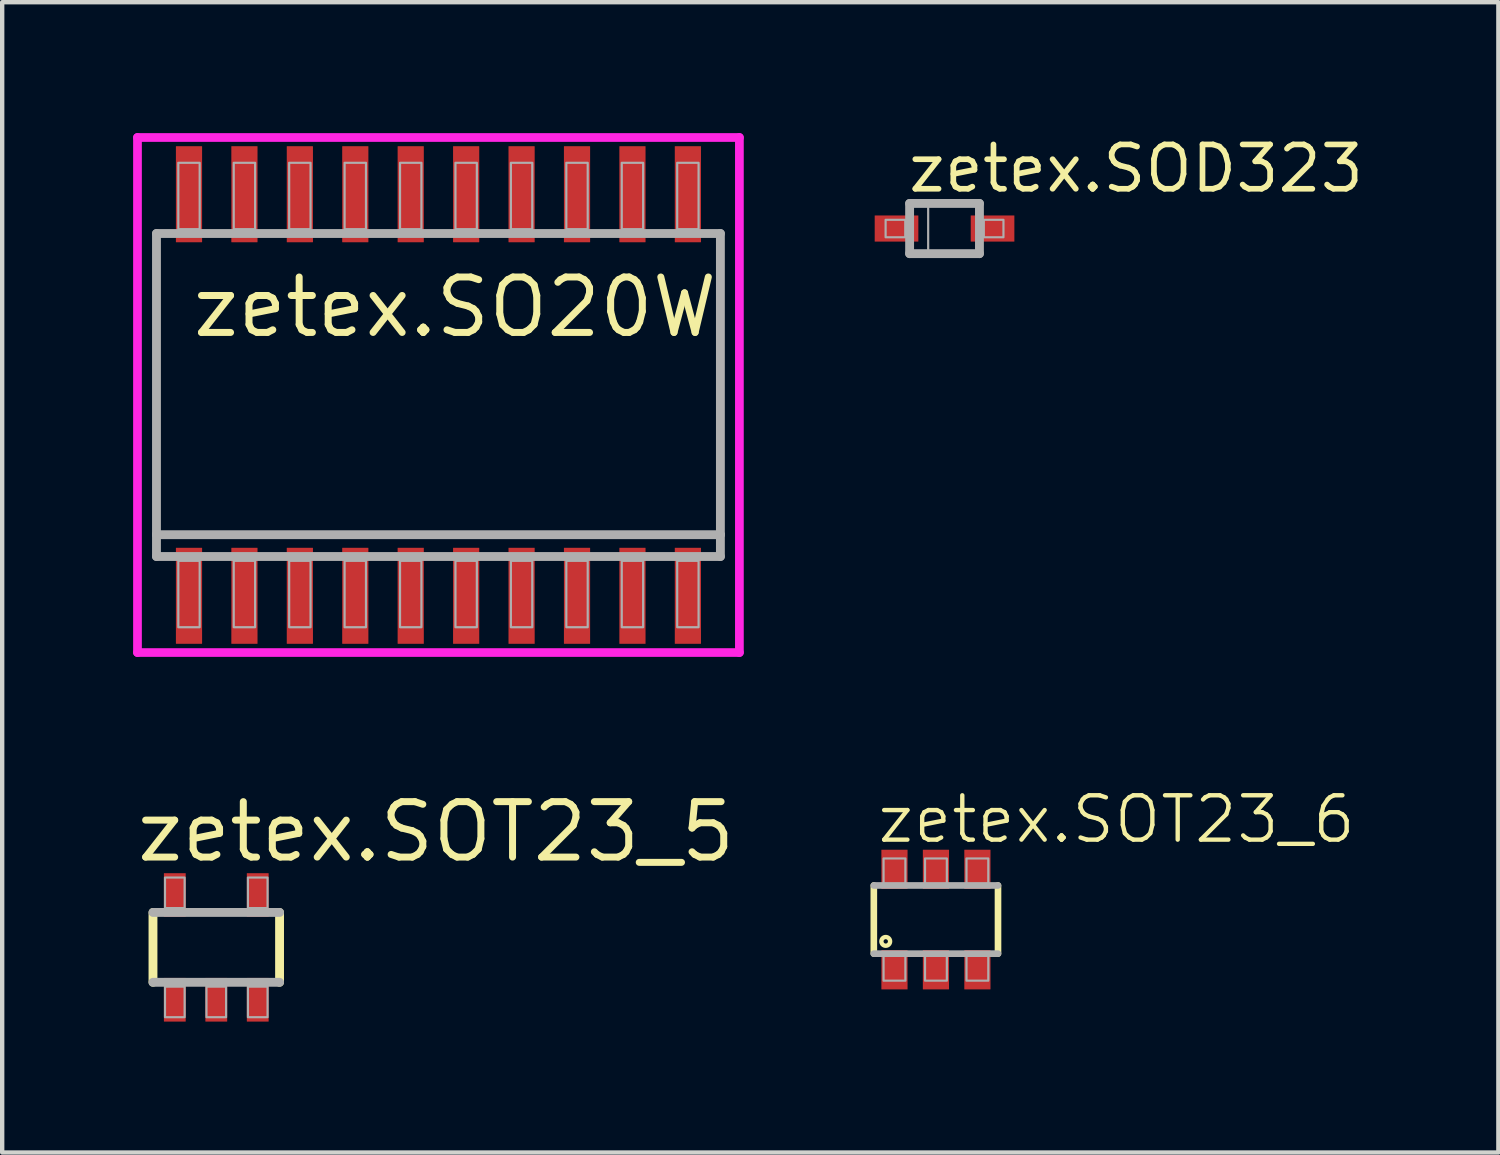
<source format=kicad_pcb>
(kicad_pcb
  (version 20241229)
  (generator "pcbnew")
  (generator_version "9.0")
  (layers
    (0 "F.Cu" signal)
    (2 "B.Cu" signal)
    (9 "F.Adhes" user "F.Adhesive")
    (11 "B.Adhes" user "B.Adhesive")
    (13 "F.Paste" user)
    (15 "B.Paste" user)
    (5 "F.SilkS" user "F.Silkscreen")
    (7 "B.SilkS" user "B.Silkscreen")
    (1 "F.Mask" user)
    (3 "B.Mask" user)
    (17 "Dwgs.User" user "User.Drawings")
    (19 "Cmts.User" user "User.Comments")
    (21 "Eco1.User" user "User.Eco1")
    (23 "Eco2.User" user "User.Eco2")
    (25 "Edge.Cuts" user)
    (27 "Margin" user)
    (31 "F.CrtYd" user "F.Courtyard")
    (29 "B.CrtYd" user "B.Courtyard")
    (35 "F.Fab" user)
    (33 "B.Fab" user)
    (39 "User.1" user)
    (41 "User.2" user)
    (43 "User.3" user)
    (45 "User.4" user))
  (footprint "zetex.SOD323"
    (layer "F.Cu")
    (at 18.59 2.186)
    (property "Reference" "zetex.SOD323" (at -0.9 -0.78 0) (layer "F.SilkS") (effects (font (size 1.016 1.016) (thickness 0.13)) (justify left bottom)))
    (attr smd)
    (fp_line (start -0.8 -0.575) (end 0.8 -0.575) (stroke (width 0.203) (type default)) (layer "F.Fab"))
    (fp_line (start -0.8 0.575) (end -0.8 -0.575) (stroke (width 0.203) (type default)) (layer "F.Fab"))
    (fp_line (start 0.8 -0.575) (end 0.8 0.575) (stroke (width 0.203) (type default)) (layer "F.Fab"))
    (fp_line (start 0.8 0.575) (end -0.8 0.575) (stroke (width 0.203) (type default)) (layer "F.Fab"))
    (fp_rect (start -1.35 0.2) (end -0.9 -0.2) (stroke (width 0.05) (type default)) (fill no) (layer "F.Fab"))
    (fp_rect (start -0.75 0.575) (end -0.375 -0.575) (stroke (width 0.05) (type default)) (fill no) (layer "F.Fab"))
    (fp_rect (start 0.9 0.2) (end 1.35 -0.2) (stroke (width 0.05) (type default)) (fill no) (layer "F.Fab"))
    (pad "1" smd roundrect (at -1.1 0) (size 1 0.6) (layers "F.Cu" "F.Mask" "F.Paste") (roundrect_rratio 0.01))
    (pad "2" smd roundrect (at 1.1 0) (size 1 0.6) (layers "F.Cu" "F.Mask" "F.Paste") (roundrect_rratio 0.01)))
  (footprint "zetex.SO20W"
    (layer "F.Cu")
    (at 6.995 6)
    (property "Reference" "zetex.SO20W" (at -5.715 -1.27 0) (layer "F.SilkS") (effects (font (size 1.27 1.27) (thickness 0.16)) (justify left bottom)))
    (attr smd)
    (fp_line (start -6.895 -5.9) (end 6.895 -5.9) (stroke (width 0.2) (type default)) (layer "F.CrtYd"))
    (fp_line (start -6.895 5.9) (end -6.895 -5.9) (stroke (width 0.2) (type default)) (layer "F.CrtYd"))
    (fp_line (start 6.895 -5.9) (end 6.895 5.9) (stroke (width 0.2) (type default)) (layer "F.CrtYd"))
    (fp_line (start 6.895 5.9) (end -6.895 5.9) (stroke (width 0.2) (type default)) (layer "F.CrtYd"))
    (fp_line (start -6.46 -3.7) (end 6.46 -3.7) (stroke (width 0.203) (type default)) (layer "F.Fab"))
    (fp_line (start -6.46 3.2) (end -6.46 -3.7) (stroke (width 0.203) (type default)) (layer "F.Fab"))
    (fp_line (start -6.46 3.7) (end -6.46 3.2) (stroke (width 0.203) (type default)) (layer "F.Fab"))
    (fp_line (start 6.46 -3.7) (end 6.46 3.2) (stroke (width 0.203) (type default)) (layer "F.Fab"))
    (fp_line (start 6.46 3.2) (end -6.46 3.2) (stroke (width 0.203) (type default)) (layer "F.Fab"))
    (fp_line (start 6.46 3.2) (end 6.46 3.7) (stroke (width 0.203) (type default)) (layer "F.Fab"))
    (fp_line (start 6.46 3.7) (end -6.46 3.7) (stroke (width 0.203) (type default)) (layer "F.Fab"))
    (fp_rect (start -5.96 -3.8) (end -5.47 -5.32) (stroke (width 0.05) (type default)) (fill no) (layer "F.Fab"))
    (fp_rect (start -5.96 5.32) (end -5.47 3.8) (stroke (width 0.05) (type default)) (fill no) (layer "F.Fab"))
    (fp_rect (start -4.69 -3.8) (end -4.2 -5.32) (stroke (width 0.05) (type default)) (fill no) (layer "F.Fab"))
    (fp_rect (start -4.69 5.32) (end -4.2 3.8) (stroke (width 0.05) (type default)) (fill no) (layer "F.Fab"))
    (fp_rect (start -3.42 -3.8) (end -2.93 -5.32) (stroke (width 0.05) (type default)) (fill no) (layer "F.Fab"))
    (fp_rect (start -3.42 5.32) (end -2.93 3.8) (stroke (width 0.05) (type default)) (fill no) (layer "F.Fab"))
    (fp_rect (start -2.15 -3.8) (end -1.66 -5.32) (stroke (width 0.05) (type default)) (fill no) (layer "F.Fab"))
    (fp_rect (start -2.15 5.32) (end -1.66 3.8) (stroke (width 0.05) (type default)) (fill no) (layer "F.Fab"))
    (fp_rect (start -0.88 -3.8) (end -0.39 -5.32) (stroke (width 0.05) (type default)) (fill no) (layer "F.Fab"))
    (fp_rect (start -0.88 5.32) (end -0.39 3.8) (stroke (width 0.05) (type default)) (fill no) (layer "F.Fab"))
    (fp_rect (start 0.39 -3.8) (end 0.88 -5.32) (stroke (width 0.05) (type default)) (fill no) (layer "F.Fab"))
    (fp_rect (start 0.39 5.32) (end 0.88 3.8) (stroke (width 0.05) (type default)) (fill no) (layer "F.Fab"))
    (fp_rect (start 1.66 -3.8) (end 2.15 -5.32) (stroke (width 0.05) (type default)) (fill no) (layer "F.Fab"))
    (fp_rect (start 1.66 5.32) (end 2.15 3.8) (stroke (width 0.05) (type default)) (fill no) (layer "F.Fab"))
    (fp_rect (start 2.93 -3.8) (end 3.42 -5.32) (stroke (width 0.05) (type default)) (fill no) (layer "F.Fab"))
    (fp_rect (start 2.93 5.32) (end 3.42 3.8) (stroke (width 0.05) (type default)) (fill no) (layer "F.Fab"))
    (fp_rect (start 4.2 -3.8) (end 4.69 -5.32) (stroke (width 0.05) (type default)) (fill no) (layer "F.Fab"))
    (fp_rect (start 4.2 5.32) (end 4.69 3.8) (stroke (width 0.05) (type default)) (fill no) (layer "F.Fab"))
    (fp_rect (start 5.47 -3.8) (end 5.96 -5.32) (stroke (width 0.05) (type default)) (fill no) (layer "F.Fab"))
    (fp_rect (start 5.47 5.32) (end 5.96 3.8) (stroke (width 0.05) (type default)) (fill no) (layer "F.Fab"))
    (pad "1" smd roundrect (at -5.715 4.6) (size 0.6 2.2) (layers "F.Cu" "F.Mask" "F.Paste") (roundrect_rratio 0.01))
    (pad "2" smd roundrect (at -4.445 4.6) (size 0.6 2.2) (layers "F.Cu" "F.Mask" "F.Paste") (roundrect_rratio 0.01))
    (pad "3" smd roundrect (at -3.175 4.6) (size 0.6 2.2) (layers "F.Cu" "F.Mask" "F.Paste") (roundrect_rratio 0.01))
    (pad "4" smd roundrect (at -1.905 4.6) (size 0.6 2.2) (layers "F.Cu" "F.Mask" "F.Paste") (roundrect_rratio 0.01))
    (pad "5" smd roundrect (at -0.635 4.6) (size 0.6 2.2) (layers "F.Cu" "F.Mask" "F.Paste") (roundrect_rratio 0.01))
    (pad "6" smd roundrect (at 0.635 4.6) (size 0.6 2.2) (layers "F.Cu" "F.Mask" "F.Paste") (roundrect_rratio 0.01))
    (pad "7" smd roundrect (at 1.905 4.6) (size 0.6 2.2) (layers "F.Cu" "F.Mask" "F.Paste") (roundrect_rratio 0.01))
    (pad "8" smd roundrect (at 3.175 4.6) (size 0.6 2.2) (layers "F.Cu" "F.Mask" "F.Paste") (roundrect_rratio 0.01))
    (pad "9" smd roundrect (at 4.445 4.6) (size 0.6 2.2) (layers "F.Cu" "F.Mask" "F.Paste") (roundrect_rratio 0.01))
    (pad "10" smd roundrect (at 5.715 4.6) (size 0.6 2.2) (layers "F.Cu" "F.Mask" "F.Paste") (roundrect_rratio 0.01))
    (pad "11" smd roundrect (at 5.715 -4.6) (size 0.6 2.2) (layers "F.Cu" "F.Mask" "F.Paste") (roundrect_rratio 0.01))
    (pad "12" smd roundrect (at 4.445 -4.6) (size 0.6 2.2) (layers "F.Cu" "F.Mask" "F.Paste") (roundrect_rratio 0.01))
    (pad "13" smd roundrect (at 3.175 -4.6) (size 0.6 2.2) (layers "F.Cu" "F.Mask" "F.Paste") (roundrect_rratio 0.01))
    (pad "14" smd roundrect (at 1.905 -4.6) (size 0.6 2.2) (layers "F.Cu" "F.Mask" "F.Paste") (roundrect_rratio 0.01))
    (pad "15" smd roundrect (at 0.635 -4.6) (size 0.6 2.2) (layers "F.Cu" "F.Mask" "F.Paste") (roundrect_rratio 0.01))
    (pad "16" smd roundrect (at -0.635 -4.6) (size 0.6 2.2) (layers "F.Cu" "F.Mask" "F.Paste") (roundrect_rratio 0.01))
    (pad "17" smd roundrect (at -1.905 -4.6) (size 0.6 2.2) (layers "F.Cu" "F.Mask" "F.Paste") (roundrect_rratio 0.01))
    (pad "18" smd roundrect (at -3.175 -4.6) (size 0.6 2.2) (layers "F.Cu" "F.Mask" "F.Paste") (roundrect_rratio 0.01))
    (pad "19" smd roundrect (at -4.445 -4.6) (size 0.6 2.2) (layers "F.Cu" "F.Mask" "F.Paste") (roundrect_rratio 0.01))
    (pad "20" smd roundrect (at -5.715 -4.6) (size 0.6 2.2) (layers "F.Cu" "F.Mask" "F.Paste") (roundrect_rratio 0.01)))
  (footprint "zetex.SOT23_5"
    (layer "F.Cu")
    (at 1.905 18.655)
    (property "Reference" "zetex.SOT23_5" (at -1.905 -1.905 0) (layer "F.SilkS") (effects (font (size 1.27 1.27) (thickness 0.16)) (justify left bottom)))
    (attr smd)
    (fp_line (start -1.45 -0.8) (end -1.45 0.8) (stroke (width 0.203) (type default)) (layer "F.SilkS"))
    (fp_line (start 1.45 0.8) (end 1.45 -0.8) (stroke (width 0.203) (type default)) (layer "F.SilkS"))
    (fp_line (start -1.45 0.8) (end 1.45 0.8) (stroke (width 0.203) (type default)) (layer "F.Fab"))
    (fp_line (start 1.45 -0.8) (end -1.45 -0.8) (stroke (width 0.203) (type default)) (layer "F.Fab"))
    (fp_rect (start -1.175 -0.9) (end -0.725 -1.6) (stroke (width 0.05) (type default)) (fill no) (layer "F.Fab"))
    (fp_rect (start -1.175 1.6) (end -0.725 0.9) (stroke (width 0.05) (type default)) (fill no) (layer "F.Fab"))
    (fp_rect (start -0.225 1.6) (end 0.225 0.9) (stroke (width 0.05) (type default)) (fill no) (layer "F.Fab"))
    (fp_rect (start 0.725 -0.9) (end 1.175 -1.6) (stroke (width 0.05) (type default)) (fill no) (layer "F.Fab"))
    (fp_rect (start 0.725 1.6) (end 1.175 0.9) (stroke (width 0.05) (type default)) (fill no) (layer "F.Fab"))
    (pad "1" smd roundrect (at -0.95 1.2) (size 0.5 1) (layers "F.Cu" "F.Mask" "F.Paste") (roundrect_rratio 0.01))
    (pad "2" smd roundrect (at 0 1.2) (size 0.5 1) (layers "F.Cu" "F.Mask" "F.Paste") (roundrect_rratio 0.01))
    (pad "3" smd roundrect (at 0.95 1.2) (size 0.5 1) (layers "F.Cu" "F.Mask" "F.Paste") (roundrect_rratio 0.01))
    (pad "4" smd roundrect (at 0.95 -1.2) (size 0.5 1) (layers "F.Cu" "F.Mask" "F.Paste") (roundrect_rratio 0.01))
    (pad "5" smd roundrect (at -0.95 -1.2) (size 0.5 1) (layers "F.Cu" "F.Mask" "F.Paste") (roundrect_rratio 0.01)))
  (footprint "zetex.SOT23_6"
    (layer "F.Cu")
    (at 18.393 18.018)
    (property "Reference" "zetex.SOT23_6" (at -1.397 -1.702 0) (layer "F.SilkS") (effects (font (size 1.016 1.016) (thickness 0.1)) (justify left bottom)))
    (attr smd)
    (fp_line (start -1.423 0.781) (end -1.423 -0.781) (stroke (width 0.152) (type default)) (layer "F.SilkS"))
    (fp_line (start 1.422 -0.781) (end 1.422 0.781) (stroke (width 0.152) (type default)) (layer "F.SilkS"))
    (fp_circle (center -1.15 0.5) (end -1.05 0.5) (stroke (width 0.1) (type default)) (fill no) (layer "F.SilkS"))
    (fp_line (start -1.423 -0.781) (end 1.422 -0.781) (stroke (width 0.152) (type default)) (layer "F.Fab"))
    (fp_line (start 1.422 0.781) (end -1.423 0.781) (stroke (width 0.152) (type default)) (layer "F.Fab"))
    (fp_rect (start -1.2 -0.8) (end -0.7 -1.4) (stroke (width 0.05) (type default)) (fill no) (layer "F.Fab"))
    (fp_rect (start -1.2 1.4) (end -0.7 0.8) (stroke (width 0.05) (type default)) (fill no) (layer "F.Fab"))
    (fp_rect (start -0.25 -0.8) (end 0.25 -1.4) (stroke (width 0.05) (type default)) (fill no) (layer "F.Fab"))
    (fp_rect (start -0.25 1.4) (end 0.25 0.8) (stroke (width 0.05) (type default)) (fill no) (layer "F.Fab"))
    (fp_rect (start 0.7 -0.8) (end 1.2 -1.4) (stroke (width 0.05) (type default)) (fill no) (layer "F.Fab"))
    (fp_rect (start 0.7 1.4) (end 1.2 0.8) (stroke (width 0.05) (type default)) (fill no) (layer "F.Fab"))
    (pad "1" smd roundrect (at -0.95 1.15) (size 0.6 0.9) (layers "F.Cu" "F.Mask" "F.Paste") (roundrect_rratio 0.01))
    (pad "2" smd roundrect (at 0 1.15) (size 0.6 0.9) (layers "F.Cu" "F.Mask" "F.Paste") (roundrect_rratio 0.01))
    (pad "3" smd roundrect (at 0.95 1.15) (size 0.6 0.9) (layers "F.Cu" "F.Mask" "F.Paste") (roundrect_rratio 0.01))
    (pad "4" smd roundrect (at 0.95 -1.15) (size 0.6 0.9) (layers "F.Cu" "F.Mask" "F.Paste") (roundrect_rratio 0.01))
    (pad "5" smd roundrect (at 0 -1.15) (size 0.6 0.9) (layers "F.Cu" "F.Mask" "F.Paste") (roundrect_rratio 0.01))
    (pad "6" smd roundrect (at -0.95 -1.15) (size 0.6 0.9) (layers "F.Cu" "F.Mask" "F.Paste") (roundrect_rratio 0.01)))
  (gr_rect
    (start -3 -3)
    (end 31.279 23.355)
    (stroke (width 0.1) (type default))
    (fill no)
    (layer "Edge.Cuts")))
</source>
